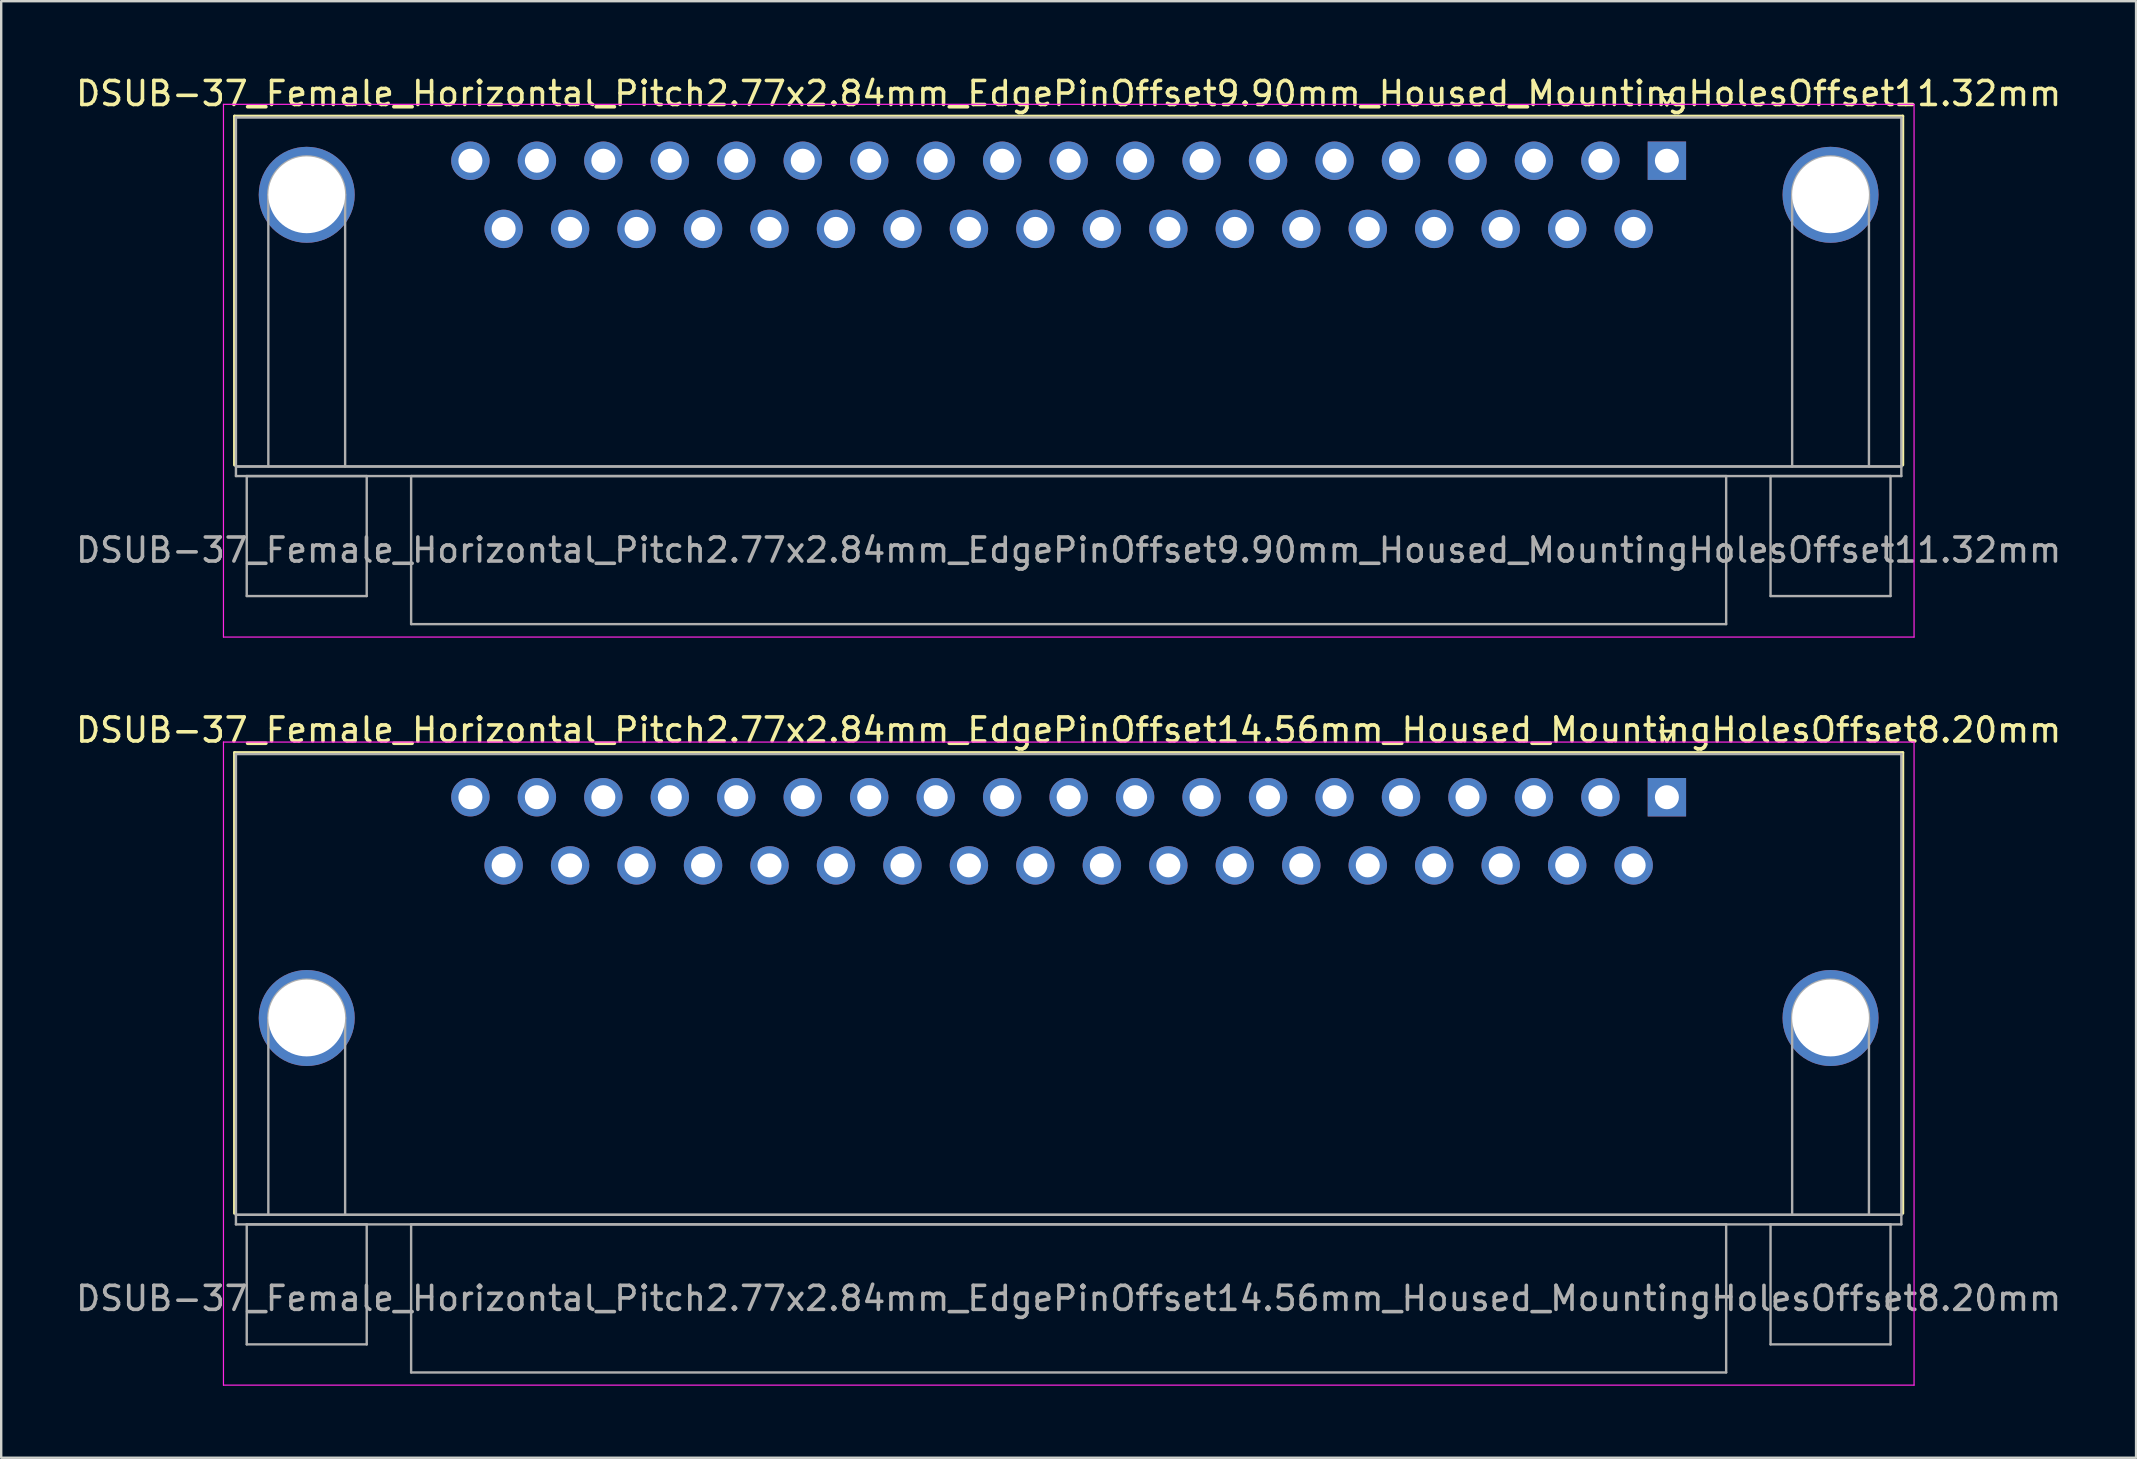
<source format=kicad_pcb>
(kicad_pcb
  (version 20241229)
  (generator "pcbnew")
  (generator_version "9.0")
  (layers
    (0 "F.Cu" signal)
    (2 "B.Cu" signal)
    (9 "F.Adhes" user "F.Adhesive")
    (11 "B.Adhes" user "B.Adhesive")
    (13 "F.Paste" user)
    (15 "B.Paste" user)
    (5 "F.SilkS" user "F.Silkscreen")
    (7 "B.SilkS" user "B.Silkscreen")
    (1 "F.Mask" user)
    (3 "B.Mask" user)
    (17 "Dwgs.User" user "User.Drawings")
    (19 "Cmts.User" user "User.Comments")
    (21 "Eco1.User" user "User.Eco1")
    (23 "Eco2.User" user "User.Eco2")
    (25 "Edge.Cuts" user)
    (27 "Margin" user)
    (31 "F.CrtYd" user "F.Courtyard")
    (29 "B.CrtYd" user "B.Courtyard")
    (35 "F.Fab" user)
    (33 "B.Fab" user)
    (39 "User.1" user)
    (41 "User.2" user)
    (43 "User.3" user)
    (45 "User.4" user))
  (footprint "DSUB-37_Female_Horizontal_Pitch2.77x2.84mm_EdgePinOffset9.90mm_Housed_MountingHolesOffset11.32mm"
    (layer "F.Cu")
    (at 66.412 3.648)
    (property "Reference" "DSUB-37_Female_Horizontal_Pitch2.77x2.84mm_EdgePinOffset9.90mm_Housed_MountingHolesOffset11.32mm" (at -24.93 -2.8 0) (layer "F.SilkS") (effects (font (size 1 1) (thickness 0.15))))
    (attr through_hole)
    (fp_line (start -59.69 -1.86) (end 9.83 -1.86) (stroke (width 0.12) (type solid)) (layer "F.SilkS"))
    (fp_line (start -59.69 12.68) (end -59.69 -1.86) (stroke (width 0.12) (type solid)) (layer "F.SilkS"))
    (fp_line (start -0.25 -2.754) (end 0.25 -2.754) (stroke (width 0.12) (type solid)) (layer "F.SilkS"))
    (fp_line (start 0 -2.321) (end -0.25 -2.754) (stroke (width 0.12) (type solid)) (layer "F.SilkS"))
    (fp_line (start 0.25 -2.754) (end 0 -2.321) (stroke (width 0.12) (type solid)) (layer "F.SilkS"))
    (fp_line (start 9.83 -1.86) (end 9.83 12.68) (stroke (width 0.12) (type solid)) (layer "F.SilkS"))
    (fp_line (start -60.15 -2.35) (end -60.15 19.85) (stroke (width 0.05) (type solid)) (layer "F.CrtYd"))
    (fp_line (start -60.15 19.85) (end 10.3 19.85) (stroke (width 0.05) (type solid)) (layer "F.CrtYd"))
    (fp_line (start 10.3 -2.35) (end -60.15 -2.35) (stroke (width 0.05) (type solid)) (layer "F.CrtYd"))
    (fp_line (start 10.3 19.85) (end 10.3 -2.35) (stroke (width 0.05) (type solid)) (layer "F.CrtYd"))
    (fp_line (start -59.63 -1.8) (end -59.63 12.74) (stroke (width 0.1) (type solid)) (layer "F.Fab"))
    (fp_line (start -59.63 12.74) (end -59.63 13.14) (stroke (width 0.1) (type solid)) (layer "F.Fab"))
    (fp_line (start -59.63 12.74) (end 9.77 12.74) (stroke (width 0.1) (type solid)) (layer "F.Fab"))
    (fp_line (start -59.63 13.14) (end 9.77 13.14) (stroke (width 0.1) (type solid)) (layer "F.Fab"))
    (fp_line (start -59.18 13.14) (end -59.18 18.14) (stroke (width 0.1) (type solid)) (layer "F.Fab"))
    (fp_line (start -59.18 18.14) (end -54.18 18.14) (stroke (width 0.1) (type solid)) (layer "F.Fab"))
    (fp_line (start -58.28 12.74) (end -58.28 1.42) (stroke (width 0.1) (type solid)) (layer "F.Fab"))
    (fp_line (start -55.08 12.74) (end -55.08 1.42) (stroke (width 0.1) (type solid)) (layer "F.Fab"))
    (fp_line (start -54.18 13.14) (end -59.18 13.14) (stroke (width 0.1) (type solid)) (layer "F.Fab"))
    (fp_line (start -54.18 18.14) (end -54.18 13.14) (stroke (width 0.1) (type solid)) (layer "F.Fab"))
    (fp_line (start -52.33 13.14) (end -52.33 19.31) (stroke (width 0.1) (type solid)) (layer "F.Fab"))
    (fp_line (start -52.33 19.31) (end 2.47 19.31) (stroke (width 0.1) (type solid)) (layer "F.Fab"))
    (fp_line (start 2.47 13.14) (end -52.33 13.14) (stroke (width 0.1) (type solid)) (layer "F.Fab"))
    (fp_line (start 2.47 19.31) (end 2.47 13.14) (stroke (width 0.1) (type solid)) (layer "F.Fab"))
    (fp_line (start 4.32 13.14) (end 4.32 18.14) (stroke (width 0.1) (type solid)) (layer "F.Fab"))
    (fp_line (start 4.32 18.14) (end 9.32 18.14) (stroke (width 0.1) (type solid)) (layer "F.Fab"))
    (fp_line (start 5.22 12.74) (end 5.22 1.42) (stroke (width 0.1) (type solid)) (layer "F.Fab"))
    (fp_line (start 8.42 12.74) (end 8.42 1.42) (stroke (width 0.1) (type solid)) (layer "F.Fab"))
    (fp_line (start 9.32 13.14) (end 4.32 13.14) (stroke (width 0.1) (type solid)) (layer "F.Fab"))
    (fp_line (start 9.32 18.14) (end 9.32 13.14) (stroke (width 0.1) (type solid)) (layer "F.Fab"))
    (fp_line (start 9.77 -1.8) (end -59.63 -1.8) (stroke (width 0.1) (type solid)) (layer "F.Fab"))
    (fp_line (start 9.77 12.74) (end -59.63 12.74) (stroke (width 0.1) (type solid)) (layer "F.Fab"))
    (fp_line (start 9.77 12.74) (end 9.77 -1.8) (stroke (width 0.1) (type solid)) (layer "F.Fab"))
    (fp_line (start 9.77 13.14) (end 9.77 12.74) (stroke (width 0.1) (type solid)) (layer "F.Fab"))
    (fp_arc (start -58.28 1.42) (mid -56.68 -0.18) (end -55.08 1.42) (stroke (width 0.1) (type solid)) (layer "F.Fab"))
    (fp_arc (start 5.22 1.42) (mid 6.82 -0.18) (end 8.42 1.42) (stroke (width 0.1) (type solid)) (layer "F.Fab"))
    (fp_text user "${REFERENCE}" (at -24.93 16.225 0) (layer "F.Fab") (effects (font (size 1 1) (thickness 0.15))))
    (pad "0" thru_hole circle (at -56.68 1.42) (size 4 4) (drill 3.2) (layers "*.Cu" "*.Mask"))
    (pad "0" thru_hole circle (at 6.82 1.42) (size 4 4) (drill 3.2) (layers "*.Cu" "*.Mask"))
    (pad "1" thru_hole rect (at 0 0) (size 1.6 1.6) (drill 1) (layers "*.Cu" "*.Mask"))
    (pad "2" thru_hole circle (at -2.77 0) (size 1.6 1.6) (drill 1) (layers "*.Cu" "*.Mask"))
    (pad "3" thru_hole circle (at -5.54 0) (size 1.6 1.6) (drill 1) (layers "*.Cu" "*.Mask"))
    (pad "4" thru_hole circle (at -8.31 0) (size 1.6 1.6) (drill 1) (layers "*.Cu" "*.Mask"))
    (pad "5" thru_hole circle (at -11.08 0) (size 1.6 1.6) (drill 1) (layers "*.Cu" "*.Mask"))
    (pad "6" thru_hole circle (at -13.85 0) (size 1.6 1.6) (drill 1) (layers "*.Cu" "*.Mask"))
    (pad "7" thru_hole circle (at -16.62 0) (size 1.6 1.6) (drill 1) (layers "*.Cu" "*.Mask"))
    (pad "8" thru_hole circle (at -19.39 0) (size 1.6 1.6) (drill 1) (layers "*.Cu" "*.Mask"))
    (pad "9" thru_hole circle (at -22.16 0) (size 1.6 1.6) (drill 1) (layers "*.Cu" "*.Mask"))
    (pad "10" thru_hole circle (at -24.93 0) (size 1.6 1.6) (drill 1) (layers "*.Cu" "*.Mask"))
    (pad "11" thru_hole circle (at -27.7 0) (size 1.6 1.6) (drill 1) (layers "*.Cu" "*.Mask"))
    (pad "12" thru_hole circle (at -30.47 0) (size 1.6 1.6) (drill 1) (layers "*.Cu" "*.Mask"))
    (pad "13" thru_hole circle (at -33.24 0) (size 1.6 1.6) (drill 1) (layers "*.Cu" "*.Mask"))
    (pad "14" thru_hole circle (at -36.01 0) (size 1.6 1.6) (drill 1) (layers "*.Cu" "*.Mask"))
    (pad "15" thru_hole circle (at -38.78 0) (size 1.6 1.6) (drill 1) (layers "*.Cu" "*.Mask"))
    (pad "16" thru_hole circle (at -41.55 0) (size 1.6 1.6) (drill 1) (layers "*.Cu" "*.Mask"))
    (pad "17" thru_hole circle (at -44.32 0) (size 1.6 1.6) (drill 1) (layers "*.Cu" "*.Mask"))
    (pad "18" thru_hole circle (at -47.09 0) (size 1.6 1.6) (drill 1) (layers "*.Cu" "*.Mask"))
    (pad "19" thru_hole circle (at -49.86 0) (size 1.6 1.6) (drill 1) (layers "*.Cu" "*.Mask"))
    (pad "20" thru_hole circle (at -1.385 2.84) (size 1.6 1.6) (drill 1) (layers "*.Cu" "*.Mask"))
    (pad "21" thru_hole circle (at -4.155 2.84) (size 1.6 1.6) (drill 1) (layers "*.Cu" "*.Mask"))
    (pad "22" thru_hole circle (at -6.925 2.84) (size 1.6 1.6) (drill 1) (layers "*.Cu" "*.Mask"))
    (pad "23" thru_hole circle (at -9.695 2.84) (size 1.6 1.6) (drill 1) (layers "*.Cu" "*.Mask"))
    (pad "24" thru_hole circle (at -12.465 2.84) (size 1.6 1.6) (drill 1) (layers "*.Cu" "*.Mask"))
    (pad "25" thru_hole circle (at -15.235 2.84) (size 1.6 1.6) (drill 1) (layers "*.Cu" "*.Mask"))
    (pad "26" thru_hole circle (at -18.005 2.84) (size 1.6 1.6) (drill 1) (layers "*.Cu" "*.Mask"))
    (pad "27" thru_hole circle (at -20.775 2.84) (size 1.6 1.6) (drill 1) (layers "*.Cu" "*.Mask"))
    (pad "28" thru_hole circle (at -23.545 2.84) (size 1.6 1.6) (drill 1) (layers "*.Cu" "*.Mask"))
    (pad "29" thru_hole circle (at -26.315 2.84) (size 1.6 1.6) (drill 1) (layers "*.Cu" "*.Mask"))
    (pad "30" thru_hole circle (at -29.085 2.84) (size 1.6 1.6) (drill 1) (layers "*.Cu" "*.Mask"))
    (pad "31" thru_hole circle (at -31.855 2.84) (size 1.6 1.6) (drill 1) (layers "*.Cu" "*.Mask"))
    (pad "32" thru_hole circle (at -34.625 2.84) (size 1.6 1.6) (drill 1) (layers "*.Cu" "*.Mask"))
    (pad "33" thru_hole circle (at -37.395 2.84) (size 1.6 1.6) (drill 1) (layers "*.Cu" "*.Mask"))
    (pad "34" thru_hole circle (at -40.165 2.84) (size 1.6 1.6) (drill 1) (layers "*.Cu" "*.Mask"))
    (pad "35" thru_hole circle (at -42.935 2.84) (size 1.6 1.6) (drill 1) (layers "*.Cu" "*.Mask"))
    (pad "36" thru_hole circle (at -45.705 2.84) (size 1.6 1.6) (drill 1) (layers "*.Cu" "*.Mask"))
    (pad "37" thru_hole circle (at -48.475 2.84) (size 1.6 1.6) (drill 1) (layers "*.Cu" "*.Mask")))
  (footprint "DSUB-37_Female_Horizontal_Pitch2.77x2.84mm_EdgePinOffset14.56mm_Housed_MountingHolesOffset8.20mm"
    (layer "F.Cu")
    (at 66.412 30.172)
    (property "Reference" "DSUB-37_Female_Horizontal_Pitch2.77x2.84mm_EdgePinOffset14.56mm_Housed_MountingHolesOffset8.20mm" (at -24.93 -2.8 0) (layer "F.SilkS") (effects (font (size 1 1) (thickness 0.15))))
    (attr through_hole)
    (fp_line (start -59.69 -1.86) (end 9.83 -1.86) (stroke (width 0.12) (type solid)) (layer "F.SilkS"))
    (fp_line (start -59.69 17.34) (end -59.69 -1.86) (stroke (width 0.12) (type solid)) (layer "F.SilkS"))
    (fp_line (start -0.25 -2.754) (end 0.25 -2.754) (stroke (width 0.12) (type solid)) (layer "F.SilkS"))
    (fp_line (start 0 -2.321) (end -0.25 -2.754) (stroke (width 0.12) (type solid)) (layer "F.SilkS"))
    (fp_line (start 0.25 -2.754) (end 0 -2.321) (stroke (width 0.12) (type solid)) (layer "F.SilkS"))
    (fp_line (start 9.83 -1.86) (end 9.83 17.34) (stroke (width 0.12) (type solid)) (layer "F.SilkS"))
    (fp_line (start -60.15 -2.3) (end -60.15 24.5) (stroke (width 0.05) (type solid)) (layer "F.CrtYd"))
    (fp_line (start -60.15 24.5) (end 10.3 24.5) (stroke (width 0.05) (type solid)) (layer "F.CrtYd"))
    (fp_line (start 10.3 -2.3) (end -60.15 -2.3) (stroke (width 0.05) (type solid)) (layer "F.CrtYd"))
    (fp_line (start 10.3 24.5) (end 10.3 -2.3) (stroke (width 0.05) (type solid)) (layer "F.CrtYd"))
    (fp_line (start -59.63 -1.8) (end -59.63 17.4) (stroke (width 0.1) (type solid)) (layer "F.Fab"))
    (fp_line (start -59.63 17.4) (end -59.63 17.8) (stroke (width 0.1) (type solid)) (layer "F.Fab"))
    (fp_line (start -59.63 17.4) (end 9.77 17.4) (stroke (width 0.1) (type solid)) (layer "F.Fab"))
    (fp_line (start -59.63 17.8) (end 9.77 17.8) (stroke (width 0.1) (type solid)) (layer "F.Fab"))
    (fp_line (start -59.18 17.8) (end -59.18 22.8) (stroke (width 0.1) (type solid)) (layer "F.Fab"))
    (fp_line (start -59.18 22.8) (end -54.18 22.8) (stroke (width 0.1) (type solid)) (layer "F.Fab"))
    (fp_line (start -58.28 17.4) (end -58.28 9.2) (stroke (width 0.1) (type solid)) (layer "F.Fab"))
    (fp_line (start -55.08 17.4) (end -55.08 9.2) (stroke (width 0.1) (type solid)) (layer "F.Fab"))
    (fp_line (start -54.18 17.8) (end -59.18 17.8) (stroke (width 0.1) (type solid)) (layer "F.Fab"))
    (fp_line (start -54.18 22.8) (end -54.18 17.8) (stroke (width 0.1) (type solid)) (layer "F.Fab"))
    (fp_line (start -52.33 17.8) (end -52.33 23.97) (stroke (width 0.1) (type solid)) (layer "F.Fab"))
    (fp_line (start -52.33 23.97) (end 2.47 23.97) (stroke (width 0.1) (type solid)) (layer "F.Fab"))
    (fp_line (start 2.47 17.8) (end -52.33 17.8) (stroke (width 0.1) (type solid)) (layer "F.Fab"))
    (fp_line (start 2.47 23.97) (end 2.47 17.8) (stroke (width 0.1) (type solid)) (layer "F.Fab"))
    (fp_line (start 4.32 17.8) (end 4.32 22.8) (stroke (width 0.1) (type solid)) (layer "F.Fab"))
    (fp_line (start 4.32 22.8) (end 9.32 22.8) (stroke (width 0.1) (type solid)) (layer "F.Fab"))
    (fp_line (start 5.22 17.4) (end 5.22 9.2) (stroke (width 0.1) (type solid)) (layer "F.Fab"))
    (fp_line (start 8.42 17.4) (end 8.42 9.2) (stroke (width 0.1) (type solid)) (layer "F.Fab"))
    (fp_line (start 9.32 17.8) (end 4.32 17.8) (stroke (width 0.1) (type solid)) (layer "F.Fab"))
    (fp_line (start 9.32 22.8) (end 9.32 17.8) (stroke (width 0.1) (type solid)) (layer "F.Fab"))
    (fp_line (start 9.77 -1.8) (end -59.63 -1.8) (stroke (width 0.1) (type solid)) (layer "F.Fab"))
    (fp_line (start 9.77 17.4) (end -59.63 17.4) (stroke (width 0.1) (type solid)) (layer "F.Fab"))
    (fp_line (start 9.77 17.4) (end 9.77 -1.8) (stroke (width 0.1) (type solid)) (layer "F.Fab"))
    (fp_line (start 9.77 17.8) (end 9.77 17.4) (stroke (width 0.1) (type solid)) (layer "F.Fab"))
    (fp_arc (start -58.28 9.2) (mid -56.68 7.6) (end -55.08 9.2) (stroke (width 0.1) (type solid)) (layer "F.Fab"))
    (fp_arc (start 5.22 9.2) (mid 6.82 7.6) (end 8.42 9.2) (stroke (width 0.1) (type solid)) (layer "F.Fab"))
    (fp_text user "${REFERENCE}" (at -24.93 20.885 0) (layer "F.Fab") (effects (font (size 1 1) (thickness 0.15))))
    (pad "0" thru_hole circle (at -56.68 9.2) (size 4 4) (drill 3.2) (layers "*.Cu" "*.Mask"))
    (pad "0" thru_hole circle (at 6.82 9.2) (size 4 4) (drill 3.2) (layers "*.Cu" "*.Mask"))
    (pad "1" thru_hole rect (at 0 0) (size 1.6 1.6) (drill 1) (layers "*.Cu" "*.Mask"))
    (pad "2" thru_hole circle (at -2.77 0) (size 1.6 1.6) (drill 1) (layers "*.Cu" "*.Mask"))
    (pad "3" thru_hole circle (at -5.54 0) (size 1.6 1.6) (drill 1) (layers "*.Cu" "*.Mask"))
    (pad "4" thru_hole circle (at -8.31 0) (size 1.6 1.6) (drill 1) (layers "*.Cu" "*.Mask"))
    (pad "5" thru_hole circle (at -11.08 0) (size 1.6 1.6) (drill 1) (layers "*.Cu" "*.Mask"))
    (pad "6" thru_hole circle (at -13.85 0) (size 1.6 1.6) (drill 1) (layers "*.Cu" "*.Mask"))
    (pad "7" thru_hole circle (at -16.62 0) (size 1.6 1.6) (drill 1) (layers "*.Cu" "*.Mask"))
    (pad "8" thru_hole circle (at -19.39 0) (size 1.6 1.6) (drill 1) (layers "*.Cu" "*.Mask"))
    (pad "9" thru_hole circle (at -22.16 0) (size 1.6 1.6) (drill 1) (layers "*.Cu" "*.Mask"))
    (pad "10" thru_hole circle (at -24.93 0) (size 1.6 1.6) (drill 1) (layers "*.Cu" "*.Mask"))
    (pad "11" thru_hole circle (at -27.7 0) (size 1.6 1.6) (drill 1) (layers "*.Cu" "*.Mask"))
    (pad "12" thru_hole circle (at -30.47 0) (size 1.6 1.6) (drill 1) (layers "*.Cu" "*.Mask"))
    (pad "13" thru_hole circle (at -33.24 0) (size 1.6 1.6) (drill 1) (layers "*.Cu" "*.Mask"))
    (pad "14" thru_hole circle (at -36.01 0) (size 1.6 1.6) (drill 1) (layers "*.Cu" "*.Mask"))
    (pad "15" thru_hole circle (at -38.78 0) (size 1.6 1.6) (drill 1) (layers "*.Cu" "*.Mask"))
    (pad "16" thru_hole circle (at -41.55 0) (size 1.6 1.6) (drill 1) (layers "*.Cu" "*.Mask"))
    (pad "17" thru_hole circle (at -44.32 0) (size 1.6 1.6) (drill 1) (layers "*.Cu" "*.Mask"))
    (pad "18" thru_hole circle (at -47.09 0) (size 1.6 1.6) (drill 1) (layers "*.Cu" "*.Mask"))
    (pad "19" thru_hole circle (at -49.86 0) (size 1.6 1.6) (drill 1) (layers "*.Cu" "*.Mask"))
    (pad "20" thru_hole circle (at -1.385 2.84) (size 1.6 1.6) (drill 1) (layers "*.Cu" "*.Mask"))
    (pad "21" thru_hole circle (at -4.155 2.84) (size 1.6 1.6) (drill 1) (layers "*.Cu" "*.Mask"))
    (pad "22" thru_hole circle (at -6.925 2.84) (size 1.6 1.6) (drill 1) (layers "*.Cu" "*.Mask"))
    (pad "23" thru_hole circle (at -9.695 2.84) (size 1.6 1.6) (drill 1) (layers "*.Cu" "*.Mask"))
    (pad "24" thru_hole circle (at -12.465 2.84) (size 1.6 1.6) (drill 1) (layers "*.Cu" "*.Mask"))
    (pad "25" thru_hole circle (at -15.235 2.84) (size 1.6 1.6) (drill 1) (layers "*.Cu" "*.Mask"))
    (pad "26" thru_hole circle (at -18.005 2.84) (size 1.6 1.6) (drill 1) (layers "*.Cu" "*.Mask"))
    (pad "27" thru_hole circle (at -20.775 2.84) (size 1.6 1.6) (drill 1) (layers "*.Cu" "*.Mask"))
    (pad "28" thru_hole circle (at -23.545 2.84) (size 1.6 1.6) (drill 1) (layers "*.Cu" "*.Mask"))
    (pad "29" thru_hole circle (at -26.315 2.84) (size 1.6 1.6) (drill 1) (layers "*.Cu" "*.Mask"))
    (pad "30" thru_hole circle (at -29.085 2.84) (size 1.6 1.6) (drill 1) (layers "*.Cu" "*.Mask"))
    (pad "31" thru_hole circle (at -31.855 2.84) (size 1.6 1.6) (drill 1) (layers "*.Cu" "*.Mask"))
    (pad "32" thru_hole circle (at -34.625 2.84) (size 1.6 1.6) (drill 1) (layers "*.Cu" "*.Mask"))
    (pad "33" thru_hole circle (at -37.395 2.84) (size 1.6 1.6) (drill 1) (layers "*.Cu" "*.Mask"))
    (pad "34" thru_hole circle (at -40.165 2.84) (size 1.6 1.6) (drill 1) (layers "*.Cu" "*.Mask"))
    (pad "35" thru_hole circle (at -42.935 2.84) (size 1.6 1.6) (drill 1) (layers "*.Cu" "*.Mask"))
    (pad "36" thru_hole circle (at -45.705 2.84) (size 1.6 1.6) (drill 1) (layers "*.Cu" "*.Mask"))
    (pad "37" thru_hole circle (at -48.475 2.84) (size 1.6 1.6) (drill 1) (layers "*.Cu" "*.Mask")))
  (gr_rect
    (start -3 -3)
    (end 85.964 57.697)
    (stroke (width 0.1) (type default))
    (fill no)
    (layer "Edge.Cuts")))
</source>
